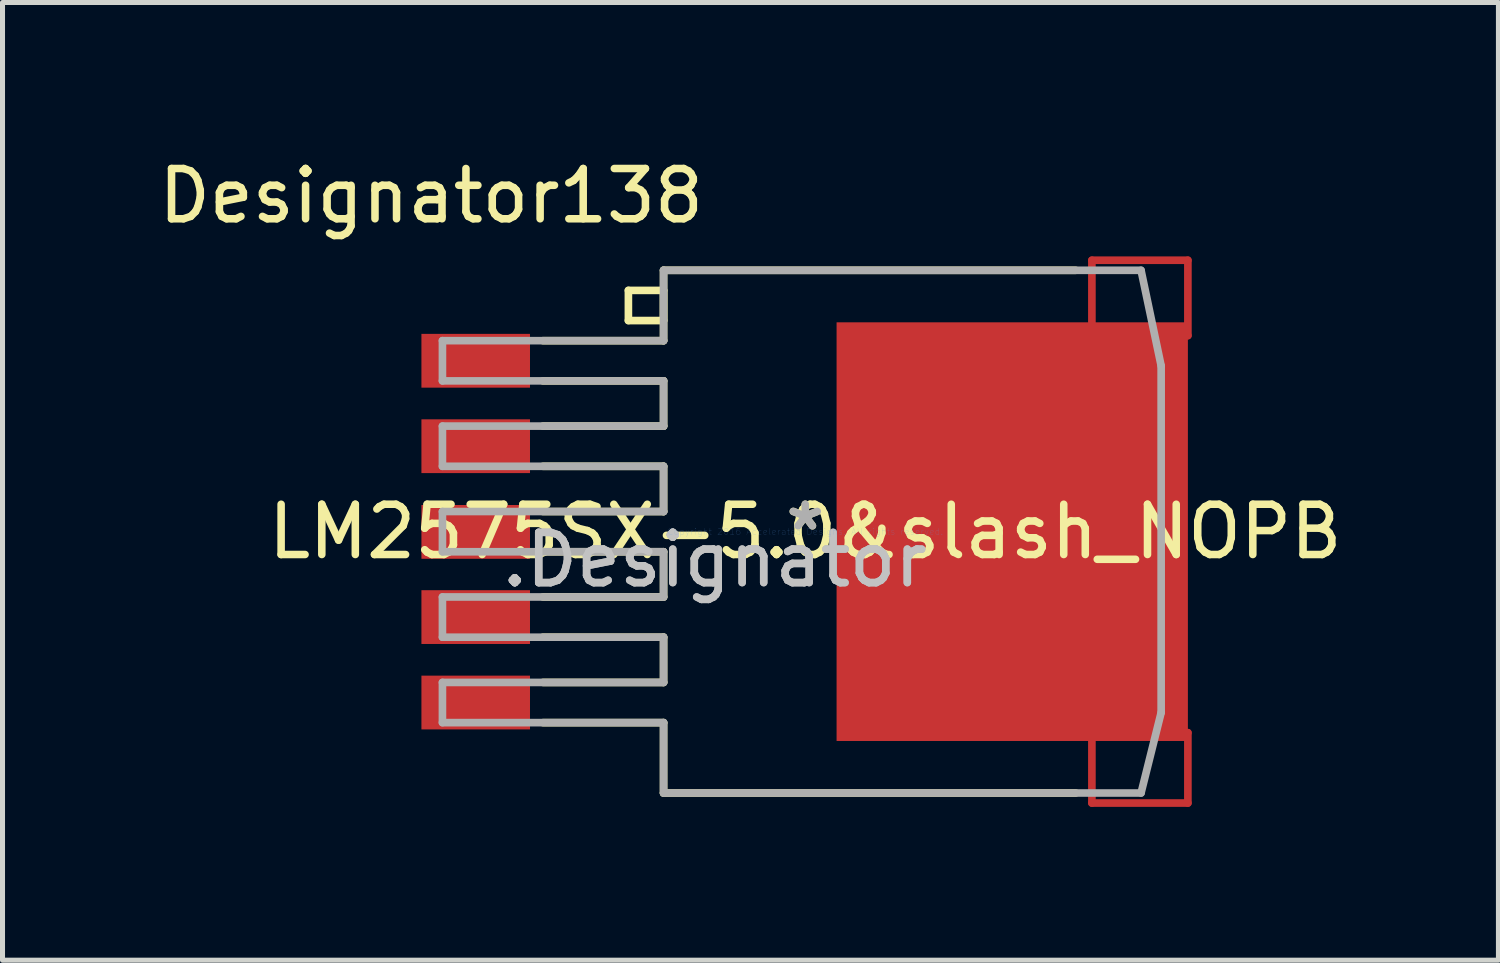
<source format=kicad_pcb>
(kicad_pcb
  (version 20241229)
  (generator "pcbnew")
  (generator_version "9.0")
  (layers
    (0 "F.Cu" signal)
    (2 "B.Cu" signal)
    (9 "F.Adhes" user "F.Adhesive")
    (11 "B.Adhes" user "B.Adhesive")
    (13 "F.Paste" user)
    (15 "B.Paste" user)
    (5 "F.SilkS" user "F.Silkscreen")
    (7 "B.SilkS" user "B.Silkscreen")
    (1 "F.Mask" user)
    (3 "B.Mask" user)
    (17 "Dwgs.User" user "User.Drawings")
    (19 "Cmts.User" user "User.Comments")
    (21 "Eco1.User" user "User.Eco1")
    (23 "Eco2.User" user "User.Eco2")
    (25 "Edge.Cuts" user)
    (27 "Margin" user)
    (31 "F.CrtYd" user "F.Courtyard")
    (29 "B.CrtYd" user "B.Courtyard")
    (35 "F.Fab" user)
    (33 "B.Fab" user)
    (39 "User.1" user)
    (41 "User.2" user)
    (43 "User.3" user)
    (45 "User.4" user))
  (footprint "LM2575SX-5.0&slash_NOPB"
    (layer "F.Cu")
    (at 12.972 7.528)
    (property "Reference" "LM2575SX-5.0&slash_NOPB" (at 0 0 0) (layer "F.SilkS") (effects (font (size 1 1) (thickness 0.15))))
    (attr through_hole)
    (fp_line (start 5.703 -5.4) (end 5.703 -3.9) (stroke (width 0.152) (type solid)) (layer "F.Cu"))
    (fp_line (start 5.703 -3.9) (end 7.613 -3.9) (stroke (width 0.152) (type solid)) (layer "F.Cu"))
    (fp_line (start 5.703 4) (end 5.703 5.4) (stroke (width 0.152) (type solid)) (layer "F.Cu"))
    (fp_line (start 5.703 5.4) (end 7.613 5.4) (stroke (width 0.152) (type solid)) (layer "F.Cu"))
    (fp_line (start 7.613 -5.4) (end 5.703 -5.4) (stroke (width 0.152) (type solid)) (layer "F.Cu"))
    (fp_line (start 7.613 -3.9) (end 7.613 -5.4) (stroke (width 0.152) (type solid)) (layer "F.Cu"))
    (fp_line (start 7.613 4) (end 5.703 4) (stroke (width 0.152) (type solid)) (layer "F.Cu"))
    (fp_line (start 7.613 5.4) (end 7.613 4) (stroke (width 0.152) (type solid)) (layer "F.Cu"))
    (fp_line (start 5.653 -5.451) (end 5.653 -3.849) (stroke (width 0.152) (type solid)) (layer "F.Mask"))
    (fp_line (start 5.653 -3.849) (end 7.664 -3.849) (stroke (width 0.152) (type solid)) (layer "F.Mask"))
    (fp_line (start 5.653 3.949) (end 5.653 5.451) (stroke (width 0.152) (type solid)) (layer "F.Mask"))
    (fp_line (start 5.653 5.451) (end 7.664 5.451) (stroke (width 0.152) (type solid)) (layer "F.Mask"))
    (fp_line (start 7.664 -5.451) (end 5.653 -5.451) (stroke (width 0.152) (type solid)) (layer "F.Mask"))
    (fp_line (start 7.664 -3.849) (end 7.664 -5.451) (stroke (width 0.152) (type solid)) (layer "F.Mask"))
    (fp_line (start 7.664 3.949) (end 5.653 3.949) (stroke (width 0.152) (type solid)) (layer "F.Mask"))
    (fp_line (start 7.664 5.451) (end 7.664 3.949) (stroke (width 0.152) (type solid)) (layer "F.Mask"))
    (fp_line (start -5.219 -3.8) (end -2.819 -3.8) (stroke (width 0.152) (type solid)) (layer "F.SilkS"))
    (fp_line (start -5.219 -3) (end -2.819 -3) (stroke (width 0.152) (type solid)) (layer "F.SilkS"))
    (fp_line (start -5.219 -2.1) (end -2.819 -2.1) (stroke (width 0.152) (type solid)) (layer "F.SilkS"))
    (fp_line (start -5.219 -1.3) (end -2.819 -1.3) (stroke (width 0.152) (type solid)) (layer "F.SilkS"))
    (fp_line (start -5.219 -0.4) (end -2.819 -0.4) (stroke (width 0.152) (type solid)) (layer "F.SilkS"))
    (fp_line (start -5.219 0.4) (end -2.819 0.4) (stroke (width 0.152) (type solid)) (layer "F.SilkS"))
    (fp_line (start -5.219 1.3) (end -2.819 1.3) (stroke (width 0.152) (type solid)) (layer "F.SilkS"))
    (fp_line (start -5.219 2.1) (end -2.819 2.1) (stroke (width 0.152) (type solid)) (layer "F.SilkS"))
    (fp_line (start -5.219 3) (end -2.819 3) (stroke (width 0.152) (type solid)) (layer "F.SilkS"))
    (fp_line (start -5.219 3.8) (end -2.819 3.8) (stroke (width 0.152) (type solid)) (layer "F.SilkS"))
    (fp_line (start -3.519 -4.8) (end -3.519 -4.2) (stroke (width 0.152) (type solid)) (layer "F.SilkS"))
    (fp_line (start -3.519 -4.2) (end -2.819 -4.2) (stroke (width 0.152) (type solid)) (layer "F.SilkS"))
    (fp_line (start -2.819 -5.2) (end 5.381 -5.2) (stroke (width 0.152) (type solid)) (layer "F.SilkS"))
    (fp_line (start -2.819 -3.8) (end -2.819 -5.2) (stroke (width 0.152) (type solid)) (layer "F.SilkS"))
    (fp_line (start -2.819 -2.1) (end -2.819 -3) (stroke (width 0.152) (type solid)) (layer "F.SilkS"))
    (fp_line (start -2.819 -0.4) (end -2.819 -1.3) (stroke (width 0.152) (type solid)) (layer "F.SilkS"))
    (fp_line (start -2.819 1.3) (end -2.819 0.4) (stroke (width 0.152) (type solid)) (layer "F.SilkS"))
    (fp_line (start -2.819 3) (end -2.819 2.1) (stroke (width 0.152) (type solid)) (layer "F.SilkS"))
    (fp_line (start -2.819 5.2) (end -2.819 3.8) (stroke (width 0.152) (type solid)) (layer "F.SilkS"))
    (fp_line (start -2.819 5.2) (end 5.381 5.2) (stroke (width 0.152) (type solid)) (layer "F.SilkS"))
    (fp_line (start -2.819 -4.8) (end -3.519 -4.8) (stroke (width 0.152) (type solid)) (layer "F.SilkS"))
    (fp_line (start -2.819 -4.2) (end -2.819 -4.8) (stroke (width 0.152) (type solid)) (layer "F.SilkS"))
    (fp_line (start 0.838 -3.962) (end 0.838 -0.203) (stroke (width 0.152) (type solid)) (layer "F.Paste"))
    (fp_line (start 0.838 -0.203) (end 2.972 -0.203) (stroke (width 0.152) (type solid)) (layer "F.Paste"))
    (fp_line (start 0.838 0.203) (end 0.838 3.962) (stroke (width 0.152) (type solid)) (layer "F.Paste"))
    (fp_line (start 0.838 3.962) (end 2.972 3.962) (stroke (width 0.152) (type solid)) (layer "F.Paste"))
    (fp_line (start 2.972 -3.962) (end 0.838 -3.962) (stroke (width 0.152) (type solid)) (layer "F.Paste"))
    (fp_line (start 2.972 -0.203) (end 2.972 -3.962) (stroke (width 0.152) (type solid)) (layer "F.Paste"))
    (fp_line (start 2.972 0.203) (end 0.838 0.203) (stroke (width 0.152) (type solid)) (layer "F.Paste"))
    (fp_line (start 2.972 3.962) (end 2.972 0.203) (stroke (width 0.152) (type solid)) (layer "F.Paste"))
    (fp_line (start 3.378 -3.962) (end 3.378 -0.203) (stroke (width 0.152) (type solid)) (layer "F.Paste"))
    (fp_line (start 3.378 -0.203) (end 5.512 -0.203) (stroke (width 0.152) (type solid)) (layer "F.Paste"))
    (fp_line (start 3.378 0.203) (end 3.378 3.962) (stroke (width 0.152) (type solid)) (layer "F.Paste"))
    (fp_line (start 3.378 3.962) (end 5.512 3.962) (stroke (width 0.152) (type solid)) (layer "F.Paste"))
    (fp_line (start 5.512 -3.962) (end 3.378 -3.962) (stroke (width 0.152) (type solid)) (layer "F.Paste"))
    (fp_line (start 5.512 -0.203) (end 5.512 -3.962) (stroke (width 0.152) (type solid)) (layer "F.Paste"))
    (fp_line (start 5.512 0.203) (end 3.378 0.203) (stroke (width 0.152) (type solid)) (layer "F.Paste"))
    (fp_line (start 5.512 3.962) (end 5.512 0.203) (stroke (width 0.152) (type solid)) (layer "F.Paste"))
    (fp_line (start 5.918 -5.207) (end 5.918 -2.921) (stroke (width 0.152) (type solid)) (layer "F.Paste"))
    (fp_line (start 5.918 -2.921) (end 7.417 -2.921) (stroke (width 0.152) (type solid)) (layer "F.Paste"))
    (fp_line (start 5.918 -2.515) (end 5.918 -0.229) (stroke (width 0.152) (type solid)) (layer "F.Paste"))
    (fp_line (start 5.918 -0.229) (end 7.417 -0.229) (stroke (width 0.152) (type solid)) (layer "F.Paste"))
    (fp_line (start 5.918 0.178) (end 5.918 2.464) (stroke (width 0.152) (type solid)) (layer "F.Paste"))
    (fp_line (start 5.918 2.464) (end 7.417 2.464) (stroke (width 0.152) (type solid)) (layer "F.Paste"))
    (fp_line (start 5.918 2.87) (end 5.918 5.156) (stroke (width 0.152) (type solid)) (layer "F.Paste"))
    (fp_line (start 5.918 5.156) (end 7.417 5.156) (stroke (width 0.152) (type solid)) (layer "F.Paste"))
    (fp_line (start 7.417 -5.207) (end 5.918 -5.207) (stroke (width 0.152) (type solid)) (layer "F.Paste"))
    (fp_line (start 7.417 -2.921) (end 7.417 -5.207) (stroke (width 0.152) (type solid)) (layer "F.Paste"))
    (fp_line (start 7.417 -2.515) (end 5.918 -2.515) (stroke (width 0.152) (type solid)) (layer "F.Paste"))
    (fp_line (start 7.417 -0.229) (end 7.417 -2.515) (stroke (width 0.152) (type solid)) (layer "F.Paste"))
    (fp_line (start 7.417 0.178) (end 5.918 0.178) (stroke (width 0.152) (type solid)) (layer "F.Paste"))
    (fp_line (start 7.417 2.464) (end 7.417 0.178) (stroke (width 0.152) (type solid)) (layer "F.Paste"))
    (fp_line (start 7.417 2.87) (end 5.918 2.87) (stroke (width 0.152) (type solid)) (layer "F.Paste"))
    (fp_line (start 7.417 5.156) (end 7.417 2.87) (stroke (width 0.152) (type solid)) (layer "F.Paste"))
    (fp_line (start -7.219 -3.8) (end -2.819 -3.8) (stroke (width 0.152) (type solid)) (layer "F.Fab"))
    (fp_line (start -7.219 -3) (end -7.219 -3.8) (stroke (width 0.152) (type solid)) (layer "F.Fab"))
    (fp_line (start -7.219 -3) (end -2.819 -3) (stroke (width 0.152) (type solid)) (layer "F.Fab"))
    (fp_line (start -7.219 -2.1) (end -2.819 -2.1) (stroke (width 0.152) (type solid)) (layer "F.Fab"))
    (fp_line (start -7.219 -1.3) (end -7.219 -2.1) (stroke (width 0.152) (type solid)) (layer "F.Fab"))
    (fp_line (start -7.219 -1.3) (end -2.819 -1.3) (stroke (width 0.152) (type solid)) (layer "F.Fab"))
    (fp_line (start -7.219 -0.4) (end -2.819 -0.4) (stroke (width 0.152) (type solid)) (layer "F.Fab"))
    (fp_line (start -7.219 0.4) (end -7.219 -0.4) (stroke (width 0.152) (type solid)) (layer "F.Fab"))
    (fp_line (start -7.219 0.4) (end -2.819 0.4) (stroke (width 0.152) (type solid)) (layer "F.Fab"))
    (fp_line (start -7.219 1.3) (end -2.819 1.3) (stroke (width 0.152) (type solid)) (layer "F.Fab"))
    (fp_line (start -7.219 2.1) (end -7.219 1.3) (stroke (width 0.152) (type solid)) (layer "F.Fab"))
    (fp_line (start -7.219 2.1) (end -2.819 2.1) (stroke (width 0.152) (type solid)) (layer "F.Fab"))
    (fp_line (start -7.219 3) (end -2.819 3) (stroke (width 0.152) (type solid)) (layer "F.Fab"))
    (fp_line (start -7.219 3.8) (end -7.219 3) (stroke (width 0.152) (type solid)) (layer "F.Fab"))
    (fp_line (start -7.219 3.8) (end -2.819 3.8) (stroke (width 0.152) (type solid)) (layer "F.Fab"))
    (fp_line (start -2.819 -5.2) (end 6.681 -5.2) (stroke (width 0.152) (type solid)) (layer "F.Fab"))
    (fp_line (start -2.819 -3.8) (end -2.819 -5.2) (stroke (width 0.152) (type solid)) (layer "F.Fab"))
    (fp_line (start -2.819 -2.1) (end -2.819 -3) (stroke (width 0.152) (type solid)) (layer "F.Fab"))
    (fp_line (start -2.819 -0.4) (end -2.819 -1.3) (stroke (width 0.152) (type solid)) (layer "F.Fab"))
    (fp_line (start -2.819 1.3) (end -2.819 0.4) (stroke (width 0.152) (type solid)) (layer "F.Fab"))
    (fp_line (start -2.819 3) (end -2.819 2.1) (stroke (width 0.152) (type solid)) (layer "F.Fab"))
    (fp_line (start -2.819 5.2) (end -2.819 3.8) (stroke (width 0.152) (type solid)) (layer "F.Fab"))
    (fp_line (start -2.819 5.2) (end 6.681 5.2) (stroke (width 0.152) (type solid)) (layer "F.Fab"))
    (fp_line (start 6.681 -5.2) (end 7.081 -3.3) (stroke (width 0.152) (type solid)) (layer "F.Fab"))
    (fp_line (start 6.681 5.2) (end 7.081 3.6) (stroke (width 0.152) (type solid)) (layer "F.Fab"))
    (fp_line (start 7.081 3.6) (end 7.081 -3.3) (stroke (width 0.152) (type solid)) (layer "F.Fab"))
    (fp_text user "*" (at 0 0 0) (layer "F.SilkS") (effects (font (size 1 1) (thickness 0.15))))
    (fp_text user "Designator138" (at -7.442 -6.68 0) (layer "F.SilkS") (effects (font (size 1 1) (thickness 0.15))))
    (fp_text user ".Designator" (at -1.803 0.559 0) (layer "Dwgs.User") (effects (font (size 1 1) (thickness 0.15))))
    (fp_text user "Copyright 2016 Accelerated Designs. All rights reserved." (at 0 0 0) (layer "Cmts.User") (effects (font (size 0.127 0.127) (thickness 0.002))))
    (fp_text user "*" (at 0 0 0) (layer "F.Fab") (effects (font (size 1 1) (thickness 0.15))))
    (fp_text user ".Designator" (at -1.803 0.559 0) (layer "F.Fab") (effects (font (size 1 1) (thickness 0.15))))
    (pad "1" smd rect (at -6.557 -3.4) (size 2.16 1.07) (layers "F.Cu" "F.Mask" "F.Paste"))
    (pad "2" smd rect (at -6.557 -1.7) (size 2.16 1.07) (layers "F.Cu" "F.Mask" "F.Paste"))
    (pad "3" smd rect (at -6.557 0.005) (size 2.16 1.07) (layers "F.Cu" "F.Mask" "F.Paste"))
    (pad "4" smd rect (at -6.557 1.7) (size 2.16 1.07) (layers "F.Cu" "F.Mask" "F.Paste"))
    (pad "5" smd rect (at -6.557 3.4) (size 2.16 1.07) (layers "F.Cu" "F.Mask" "F.Paste"))
    (pad "6" smd rect (at 4.118 0.000003) (size 6.99 8.33) (layers "F.Cu" "F.Mask" "F.Paste")))
  (gr_rect
    (start -3 -3)
    (end 26.764 16.055)
    (stroke (width 0.1) (type default))
    (fill no)
    (layer "Edge.Cuts")))
</source>
